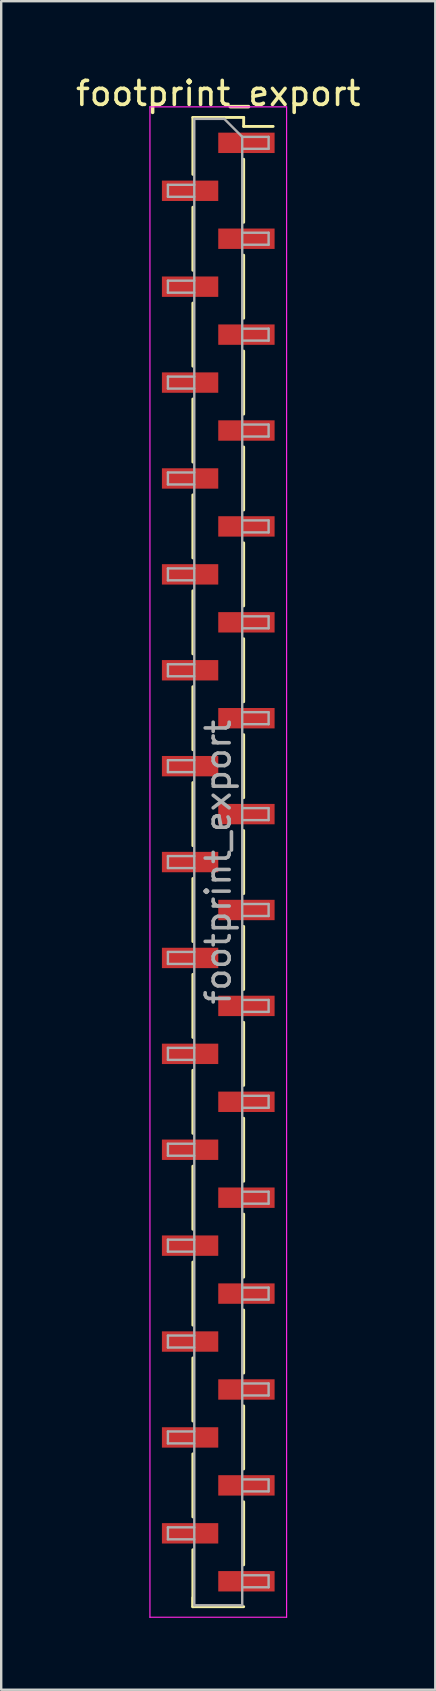
<source format=kicad_pcb>
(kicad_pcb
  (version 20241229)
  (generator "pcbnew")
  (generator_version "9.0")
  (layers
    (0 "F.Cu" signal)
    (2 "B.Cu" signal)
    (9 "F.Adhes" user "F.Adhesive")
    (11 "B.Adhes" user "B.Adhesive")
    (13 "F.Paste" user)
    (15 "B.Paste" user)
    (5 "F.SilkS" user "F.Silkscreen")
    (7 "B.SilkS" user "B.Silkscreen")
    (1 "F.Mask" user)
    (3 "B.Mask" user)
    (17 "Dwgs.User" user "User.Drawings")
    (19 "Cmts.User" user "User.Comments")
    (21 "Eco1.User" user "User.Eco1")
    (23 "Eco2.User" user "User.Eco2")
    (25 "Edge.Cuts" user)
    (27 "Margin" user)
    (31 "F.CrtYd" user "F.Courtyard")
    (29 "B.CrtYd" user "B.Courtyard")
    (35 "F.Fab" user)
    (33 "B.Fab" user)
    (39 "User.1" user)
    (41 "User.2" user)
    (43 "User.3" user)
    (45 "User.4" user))
  (footprint "footprint_export"
    (layer "F.Cu")
    (at 6.054 32.908)
    (property "Reference" "footprint_export" (at 0 -32.06 0) (layer "F.SilkS") (effects (font (size 1 1) (thickness 0.15))))
    (attr smd)
    (fp_line (start -1.06 -31.06) (end -1.06 -28.685) (stroke (width 0.12) (type solid)) (layer "F.SilkS"))
    (fp_line (start -1.06 -31.06) (end 1.06 -31.06) (stroke (width 0.12) (type solid)) (layer "F.SilkS"))
    (fp_line (start -1.06 -27.315) (end -1.06 -24.685) (stroke (width 0.12) (type solid)) (layer "F.SilkS"))
    (fp_line (start -1.06 -23.315) (end -1.06 -20.685) (stroke (width 0.12) (type solid)) (layer "F.SilkS"))
    (fp_line (start -1.06 -19.315) (end -1.06 -16.685) (stroke (width 0.12) (type solid)) (layer "F.SilkS"))
    (fp_line (start -1.06 -15.315) (end -1.06 -12.685) (stroke (width 0.12) (type solid)) (layer "F.SilkS"))
    (fp_line (start -1.06 -11.315) (end -1.06 -8.685) (stroke (width 0.12) (type solid)) (layer "F.SilkS"))
    (fp_line (start -1.06 -7.315) (end -1.06 -4.685) (stroke (width 0.12) (type solid)) (layer "F.SilkS"))
    (fp_line (start -1.06 -3.315) (end -1.06 -0.685) (stroke (width 0.12) (type solid)) (layer "F.SilkS"))
    (fp_line (start -1.06 0.685) (end -1.06 3.315) (stroke (width 0.12) (type solid)) (layer "F.SilkS"))
    (fp_line (start -1.06 4.685) (end -1.06 7.315) (stroke (width 0.12) (type solid)) (layer "F.SilkS"))
    (fp_line (start -1.06 8.685) (end -1.06 11.315) (stroke (width 0.12) (type solid)) (layer "F.SilkS"))
    (fp_line (start -1.06 12.685) (end -1.06 15.315) (stroke (width 0.12) (type solid)) (layer "F.SilkS"))
    (fp_line (start -1.06 16.685) (end -1.06 19.315) (stroke (width 0.12) (type solid)) (layer "F.SilkS"))
    (fp_line (start -1.06 20.685) (end -1.06 23.315) (stroke (width 0.12) (type solid)) (layer "F.SilkS"))
    (fp_line (start -1.06 24.685) (end -1.06 27.315) (stroke (width 0.12) (type solid)) (layer "F.SilkS"))
    (fp_line (start -1.06 28.685) (end -1.06 31.06) (stroke (width 0.12) (type solid)) (layer "F.SilkS"))
    (fp_line (start -1.06 30.685) (end -1.06 31.06) (stroke (width 0.12) (type solid)) (layer "F.SilkS"))
    (fp_line (start -1.06 31.06) (end 1.06 31.06) (stroke (width 0.12) (type solid)) (layer "F.SilkS"))
    (fp_line (start 1.06 -31.06) (end 1.06 -30.685) (stroke (width 0.12) (type solid)) (layer "F.SilkS"))
    (fp_line (start 1.06 -30.685) (end 2.29 -30.685) (stroke (width 0.12) (type solid)) (layer "F.SilkS"))
    (fp_line (start 1.06 -29.315) (end 1.06 -26.685) (stroke (width 0.12) (type solid)) (layer "F.SilkS"))
    (fp_line (start 1.06 -25.315) (end 1.06 -22.685) (stroke (width 0.12) (type solid)) (layer "F.SilkS"))
    (fp_line (start 1.06 -21.315) (end 1.06 -18.685) (stroke (width 0.12) (type solid)) (layer "F.SilkS"))
    (fp_line (start 1.06 -17.315) (end 1.06 -14.685) (stroke (width 0.12) (type solid)) (layer "F.SilkS"))
    (fp_line (start 1.06 -13.315) (end 1.06 -10.685) (stroke (width 0.12) (type solid)) (layer "F.SilkS"))
    (fp_line (start 1.06 -9.315) (end 1.06 -6.685) (stroke (width 0.12) (type solid)) (layer "F.SilkS"))
    (fp_line (start 1.06 -5.315) (end 1.06 -2.685) (stroke (width 0.12) (type solid)) (layer "F.SilkS"))
    (fp_line (start 1.06 -1.315) (end 1.06 1.315) (stroke (width 0.12) (type solid)) (layer "F.SilkS"))
    (fp_line (start 1.06 2.685) (end 1.06 5.315) (stroke (width 0.12) (type solid)) (layer "F.SilkS"))
    (fp_line (start 1.06 6.685) (end 1.06 9.315) (stroke (width 0.12) (type solid)) (layer "F.SilkS"))
    (fp_line (start 1.06 10.685) (end 1.06 13.315) (stroke (width 0.12) (type solid)) (layer "F.SilkS"))
    (fp_line (start 1.06 14.685) (end 1.06 17.315) (stroke (width 0.12) (type solid)) (layer "F.SilkS"))
    (fp_line (start 1.06 18.685) (end 1.06 21.315) (stroke (width 0.12) (type solid)) (layer "F.SilkS"))
    (fp_line (start 1.06 22.685) (end 1.06 25.315) (stroke (width 0.12) (type solid)) (layer "F.SilkS"))
    (fp_line (start 1.06 26.685) (end 1.06 29.315) (stroke (width 0.12) (type solid)) (layer "F.SilkS"))
    (fp_line (start -2.85 -31.5) (end -2.85 31.5) (stroke (width 0.05) (type solid)) (layer "F.CrtYd"))
    (fp_line (start -2.85 31.5) (end 2.85 31.5) (stroke (width 0.05) (type solid)) (layer "F.CrtYd"))
    (fp_line (start 2.85 -31.5) (end -2.85 -31.5) (stroke (width 0.05) (type solid)) (layer "F.CrtYd"))
    (fp_line (start 2.85 31.5) (end 2.85 -31.5) (stroke (width 0.05) (type solid)) (layer "F.CrtYd"))
    (fp_line (start -2.1 -28.25) (end -2.1 -27.75) (stroke (width 0.1) (type solid)) (layer "F.Fab"))
    (fp_line (start -2.1 -27.75) (end -1 -27.75) (stroke (width 0.1) (type solid)) (layer "F.Fab"))
    (fp_line (start -2.1 -24.25) (end -2.1 -23.75) (stroke (width 0.1) (type solid)) (layer "F.Fab"))
    (fp_line (start -2.1 -23.75) (end -1 -23.75) (stroke (width 0.1) (type solid)) (layer "F.Fab"))
    (fp_line (start -2.1 -20.25) (end -2.1 -19.75) (stroke (width 0.1) (type solid)) (layer "F.Fab"))
    (fp_line (start -2.1 -19.75) (end -1 -19.75) (stroke (width 0.1) (type solid)) (layer "F.Fab"))
    (fp_line (start -2.1 -16.25) (end -2.1 -15.75) (stroke (width 0.1) (type solid)) (layer "F.Fab"))
    (fp_line (start -2.1 -15.75) (end -1 -15.75) (stroke (width 0.1) (type solid)) (layer "F.Fab"))
    (fp_line (start -2.1 -12.25) (end -2.1 -11.75) (stroke (width 0.1) (type solid)) (layer "F.Fab"))
    (fp_line (start -2.1 -11.75) (end -1 -11.75) (stroke (width 0.1) (type solid)) (layer "F.Fab"))
    (fp_line (start -2.1 -8.25) (end -2.1 -7.75) (stroke (width 0.1) (type solid)) (layer "F.Fab"))
    (fp_line (start -2.1 -7.75) (end -1 -7.75) (stroke (width 0.1) (type solid)) (layer "F.Fab"))
    (fp_line (start -2.1 -4.25) (end -2.1 -3.75) (stroke (width 0.1) (type solid)) (layer "F.Fab"))
    (fp_line (start -2.1 -3.75) (end -1 -3.75) (stroke (width 0.1) (type solid)) (layer "F.Fab"))
    (fp_line (start -2.1 -0.25) (end -2.1 0.25) (stroke (width 0.1) (type solid)) (layer "F.Fab"))
    (fp_line (start -2.1 0.25) (end -1 0.25) (stroke (width 0.1) (type solid)) (layer "F.Fab"))
    (fp_line (start -2.1 3.75) (end -2.1 4.25) (stroke (width 0.1) (type solid)) (layer "F.Fab"))
    (fp_line (start -2.1 4.25) (end -1 4.25) (stroke (width 0.1) (type solid)) (layer "F.Fab"))
    (fp_line (start -2.1 7.75) (end -2.1 8.25) (stroke (width 0.1) (type solid)) (layer "F.Fab"))
    (fp_line (start -2.1 8.25) (end -1 8.25) (stroke (width 0.1) (type solid)) (layer "F.Fab"))
    (fp_line (start -2.1 11.75) (end -2.1 12.25) (stroke (width 0.1) (type solid)) (layer "F.Fab"))
    (fp_line (start -2.1 12.25) (end -1 12.25) (stroke (width 0.1) (type solid)) (layer "F.Fab"))
    (fp_line (start -2.1 15.75) (end -2.1 16.25) (stroke (width 0.1) (type solid)) (layer "F.Fab"))
    (fp_line (start -2.1 16.25) (end -1 16.25) (stroke (width 0.1) (type solid)) (layer "F.Fab"))
    (fp_line (start -2.1 19.75) (end -2.1 20.25) (stroke (width 0.1) (type solid)) (layer "F.Fab"))
    (fp_line (start -2.1 20.25) (end -1 20.25) (stroke (width 0.1) (type solid)) (layer "F.Fab"))
    (fp_line (start -2.1 23.75) (end -2.1 24.25) (stroke (width 0.1) (type solid)) (layer "F.Fab"))
    (fp_line (start -2.1 24.25) (end -1 24.25) (stroke (width 0.1) (type solid)) (layer "F.Fab"))
    (fp_line (start -2.1 27.75) (end -2.1 28.25) (stroke (width 0.1) (type solid)) (layer "F.Fab"))
    (fp_line (start -2.1 28.25) (end -1 28.25) (stroke (width 0.1) (type solid)) (layer "F.Fab"))
    (fp_line (start -1 -31) (end -1 31) (stroke (width 0.1) (type solid)) (layer "F.Fab"))
    (fp_line (start -1 -31) (end 0.25 -31) (stroke (width 0.1) (type solid)) (layer "F.Fab"))
    (fp_line (start -1 -28.25) (end -2.1 -28.25) (stroke (width 0.1) (type solid)) (layer "F.Fab"))
    (fp_line (start -1 -24.25) (end -2.1 -24.25) (stroke (width 0.1) (type solid)) (layer "F.Fab"))
    (fp_line (start -1 -20.25) (end -2.1 -20.25) (stroke (width 0.1) (type solid)) (layer "F.Fab"))
    (fp_line (start -1 -16.25) (end -2.1 -16.25) (stroke (width 0.1) (type solid)) (layer "F.Fab"))
    (fp_line (start -1 -12.25) (end -2.1 -12.25) (stroke (width 0.1) (type solid)) (layer "F.Fab"))
    (fp_line (start -1 -8.25) (end -2.1 -8.25) (stroke (width 0.1) (type solid)) (layer "F.Fab"))
    (fp_line (start -1 -4.25) (end -2.1 -4.25) (stroke (width 0.1) (type solid)) (layer "F.Fab"))
    (fp_line (start -1 -0.25) (end -2.1 -0.25) (stroke (width 0.1) (type solid)) (layer "F.Fab"))
    (fp_line (start -1 3.75) (end -2.1 3.75) (stroke (width 0.1) (type solid)) (layer "F.Fab"))
    (fp_line (start -1 7.75) (end -2.1 7.75) (stroke (width 0.1) (type solid)) (layer "F.Fab"))
    (fp_line (start -1 11.75) (end -2.1 11.75) (stroke (width 0.1) (type solid)) (layer "F.Fab"))
    (fp_line (start -1 15.75) (end -2.1 15.75) (stroke (width 0.1) (type solid)) (layer "F.Fab"))
    (fp_line (start -1 19.75) (end -2.1 19.75) (stroke (width 0.1) (type solid)) (layer "F.Fab"))
    (fp_line (start -1 23.75) (end -2.1 23.75) (stroke (width 0.1) (type solid)) (layer "F.Fab"))
    (fp_line (start -1 27.75) (end -2.1 27.75) (stroke (width 0.1) (type solid)) (layer "F.Fab"))
    (fp_line (start 1 -30.25) (end 0.25 -31) (stroke (width 0.1) (type solid)) (layer "F.Fab"))
    (fp_line (start 1 -30.25) (end 2.1 -30.25) (stroke (width 0.1) (type solid)) (layer "F.Fab"))
    (fp_line (start 1 -26.25) (end 2.1 -26.25) (stroke (width 0.1) (type solid)) (layer "F.Fab"))
    (fp_line (start 1 -22.25) (end 2.1 -22.25) (stroke (width 0.1) (type solid)) (layer "F.Fab"))
    (fp_line (start 1 -18.25) (end 2.1 -18.25) (stroke (width 0.1) (type solid)) (layer "F.Fab"))
    (fp_line (start 1 -14.25) (end 2.1 -14.25) (stroke (width 0.1) (type solid)) (layer "F.Fab"))
    (fp_line (start 1 -10.25) (end 2.1 -10.25) (stroke (width 0.1) (type solid)) (layer "F.Fab"))
    (fp_line (start 1 -6.25) (end 2.1 -6.25) (stroke (width 0.1) (type solid)) (layer "F.Fab"))
    (fp_line (start 1 -2.25) (end 2.1 -2.25) (stroke (width 0.1) (type solid)) (layer "F.Fab"))
    (fp_line (start 1 1.75) (end 2.1 1.75) (stroke (width 0.1) (type solid)) (layer "F.Fab"))
    (fp_line (start 1 5.75) (end 2.1 5.75) (stroke (width 0.1) (type solid)) (layer "F.Fab"))
    (fp_line (start 1 9.75) (end 2.1 9.75) (stroke (width 0.1) (type solid)) (layer "F.Fab"))
    (fp_line (start 1 13.75) (end 2.1 13.75) (stroke (width 0.1) (type solid)) (layer "F.Fab"))
    (fp_line (start 1 17.75) (end 2.1 17.75) (stroke (width 0.1) (type solid)) (layer "F.Fab"))
    (fp_line (start 1 21.75) (end 2.1 21.75) (stroke (width 0.1) (type solid)) (layer "F.Fab"))
    (fp_line (start 1 25.75) (end 2.1 25.75) (stroke (width 0.1) (type solid)) (layer "F.Fab"))
    (fp_line (start 1 29.75) (end 2.1 29.75) (stroke (width 0.1) (type solid)) (layer "F.Fab"))
    (fp_line (start 1 31) (end -1 31) (stroke (width 0.1) (type solid)) (layer "F.Fab"))
    (fp_line (start 1 31) (end 1 -30.25) (stroke (width 0.1) (type solid)) (layer "F.Fab"))
    (fp_line (start 2.1 -30.25) (end 2.1 -29.75) (stroke (width 0.1) (type solid)) (layer "F.Fab"))
    (fp_line (start 2.1 -29.75) (end 1 -29.75) (stroke (width 0.1) (type solid)) (layer "F.Fab"))
    (fp_line (start 2.1 -26.25) (end 2.1 -25.75) (stroke (width 0.1) (type solid)) (layer "F.Fab"))
    (fp_line (start 2.1 -25.75) (end 1 -25.75) (stroke (width 0.1) (type solid)) (layer "F.Fab"))
    (fp_line (start 2.1 -22.25) (end 2.1 -21.75) (stroke (width 0.1) (type solid)) (layer "F.Fab"))
    (fp_line (start 2.1 -21.75) (end 1 -21.75) (stroke (width 0.1) (type solid)) (layer "F.Fab"))
    (fp_line (start 2.1 -18.25) (end 2.1 -17.75) (stroke (width 0.1) (type solid)) (layer "F.Fab"))
    (fp_line (start 2.1 -17.75) (end 1 -17.75) (stroke (width 0.1) (type solid)) (layer "F.Fab"))
    (fp_line (start 2.1 -14.25) (end 2.1 -13.75) (stroke (width 0.1) (type solid)) (layer "F.Fab"))
    (fp_line (start 2.1 -13.75) (end 1 -13.75) (stroke (width 0.1) (type solid)) (layer "F.Fab"))
    (fp_line (start 2.1 -10.25) (end 2.1 -9.75) (stroke (width 0.1) (type solid)) (layer "F.Fab"))
    (fp_line (start 2.1 -9.75) (end 1 -9.75) (stroke (width 0.1) (type solid)) (layer "F.Fab"))
    (fp_line (start 2.1 -6.25) (end 2.1 -5.75) (stroke (width 0.1) (type solid)) (layer "F.Fab"))
    (fp_line (start 2.1 -5.75) (end 1 -5.75) (stroke (width 0.1) (type solid)) (layer "F.Fab"))
    (fp_line (start 2.1 -2.25) (end 2.1 -1.75) (stroke (width 0.1) (type solid)) (layer "F.Fab"))
    (fp_line (start 2.1 -1.75) (end 1 -1.75) (stroke (width 0.1) (type solid)) (layer "F.Fab"))
    (fp_line (start 2.1 1.75) (end 2.1 2.25) (stroke (width 0.1) (type solid)) (layer "F.Fab"))
    (fp_line (start 2.1 2.25) (end 1 2.25) (stroke (width 0.1) (type solid)) (layer "F.Fab"))
    (fp_line (start 2.1 5.75) (end 2.1 6.25) (stroke (width 0.1) (type solid)) (layer "F.Fab"))
    (fp_line (start 2.1 6.25) (end 1 6.25) (stroke (width 0.1) (type solid)) (layer "F.Fab"))
    (fp_line (start 2.1 9.75) (end 2.1 10.25) (stroke (width 0.1) (type solid)) (layer "F.Fab"))
    (fp_line (start 2.1 10.25) (end 1 10.25) (stroke (width 0.1) (type solid)) (layer "F.Fab"))
    (fp_line (start 2.1 13.75) (end 2.1 14.25) (stroke (width 0.1) (type solid)) (layer "F.Fab"))
    (fp_line (start 2.1 14.25) (end 1 14.25) (stroke (width 0.1) (type solid)) (layer "F.Fab"))
    (fp_line (start 2.1 17.75) (end 2.1 18.25) (stroke (width 0.1) (type solid)) (layer "F.Fab"))
    (fp_line (start 2.1 18.25) (end 1 18.25) (stroke (width 0.1) (type solid)) (layer "F.Fab"))
    (fp_line (start 2.1 21.75) (end 2.1 22.25) (stroke (width 0.1) (type solid)) (layer "F.Fab"))
    (fp_line (start 2.1 22.25) (end 1 22.25) (stroke (width 0.1) (type solid)) (layer "F.Fab"))
    (fp_line (start 2.1 25.75) (end 2.1 26.25) (stroke (width 0.1) (type solid)) (layer "F.Fab"))
    (fp_line (start 2.1 26.25) (end 1 26.25) (stroke (width 0.1) (type solid)) (layer "F.Fab"))
    (fp_line (start 2.1 29.75) (end 2.1 30.25) (stroke (width 0.1) (type solid)) (layer "F.Fab"))
    (fp_line (start 2.1 30.25) (end 1 30.25) (stroke (width 0.1) (type solid)) (layer "F.Fab"))
    (fp_text user "${REFERENCE}" (at 0 0 90) (layer "F.Fab") (effects (font (size 1 1) (thickness 0.15))))
    (pad "1" smd rect (at 1.175 -30) (size 2.35 0.85) (layers "F.Cu" "F.Mask" "F.Paste"))
    (pad "2" smd rect (at -1.175 -28) (size 2.35 0.85) (layers "F.Cu" "F.Mask" "F.Paste"))
    (pad "3" smd rect (at 1.175 -26) (size 2.35 0.85) (layers "F.Cu" "F.Mask" "F.Paste"))
    (pad "4" smd rect (at -1.175 -24) (size 2.35 0.85) (layers "F.Cu" "F.Mask" "F.Paste"))
    (pad "5" smd rect (at 1.175 -22) (size 2.35 0.85) (layers "F.Cu" "F.Mask" "F.Paste"))
    (pad "6" smd rect (at -1.175 -20) (size 2.35 0.85) (layers "F.Cu" "F.Mask" "F.Paste"))
    (pad "7" smd rect (at 1.175 -18) (size 2.35 0.85) (layers "F.Cu" "F.Mask" "F.Paste"))
    (pad "8" smd rect (at -1.175 -16) (size 2.35 0.85) (layers "F.Cu" "F.Mask" "F.Paste"))
    (pad "9" smd rect (at 1.175 -14) (size 2.35 0.85) (layers "F.Cu" "F.Mask" "F.Paste"))
    (pad "10" smd rect (at -1.175 -12) (size 2.35 0.85) (layers "F.Cu" "F.Mask" "F.Paste"))
    (pad "11" smd rect (at 1.175 -10) (size 2.35 0.85) (layers "F.Cu" "F.Mask" "F.Paste"))
    (pad "12" smd rect (at -1.175 -8) (size 2.35 0.85) (layers "F.Cu" "F.Mask" "F.Paste"))
    (pad "13" smd rect (at 1.175 -6) (size 2.35 0.85) (layers "F.Cu" "F.Mask" "F.Paste"))
    (pad "14" smd rect (at -1.175 -4) (size 2.35 0.85) (layers "F.Cu" "F.Mask" "F.Paste"))
    (pad "15" smd rect (at 1.175 -2) (size 2.35 0.85) (layers "F.Cu" "F.Mask" "F.Paste"))
    (pad "16" smd rect (at -1.175 0) (size 2.35 0.85) (layers "F.Cu" "F.Mask" "F.Paste"))
    (pad "17" smd rect (at 1.175 2) (size 2.35 0.85) (layers "F.Cu" "F.Mask" "F.Paste"))
    (pad "18" smd rect (at -1.175 4) (size 2.35 0.85) (layers "F.Cu" "F.Mask" "F.Paste"))
    (pad "19" smd rect (at 1.175 6) (size 2.35 0.85) (layers "F.Cu" "F.Mask" "F.Paste"))
    (pad "20" smd rect (at -1.175 8) (size 2.35 0.85) (layers "F.Cu" "F.Mask" "F.Paste"))
    (pad "21" smd rect (at 1.175 10) (size 2.35 0.85) (layers "F.Cu" "F.Mask" "F.Paste"))
    (pad "22" smd rect (at -1.175 12) (size 2.35 0.85) (layers "F.Cu" "F.Mask" "F.Paste"))
    (pad "23" smd rect (at 1.175 14) (size 2.35 0.85) (layers "F.Cu" "F.Mask" "F.Paste"))
    (pad "24" smd rect (at -1.175 16) (size 2.35 0.85) (layers "F.Cu" "F.Mask" "F.Paste"))
    (pad "25" smd rect (at 1.175 18) (size 2.35 0.85) (layers "F.Cu" "F.Mask" "F.Paste"))
    (pad "26" smd rect (at -1.175 20) (size 2.35 0.85) (layers "F.Cu" "F.Mask" "F.Paste"))
    (pad "27" smd rect (at 1.175 22) (size 2.35 0.85) (layers "F.Cu" "F.Mask" "F.Paste"))
    (pad "28" smd rect (at -1.175 24) (size 2.35 0.85) (layers "F.Cu" "F.Mask" "F.Paste"))
    (pad "29" smd rect (at 1.175 26) (size 2.35 0.85) (layers "F.Cu" "F.Mask" "F.Paste"))
    (pad "30" smd rect (at -1.175 28) (size 2.35 0.85) (layers "F.Cu" "F.Mask" "F.Paste"))
    (pad "31" smd rect (at 1.175 30) (size 2.35 0.85) (layers "F.Cu" "F.Mask" "F.Paste")))
  (gr_rect
    (start -3 -3)
    (end 15.107 67.433)
    (stroke (width 0.1) (type default))
    (fill no)
    (layer "Edge.Cuts")))
</source>
